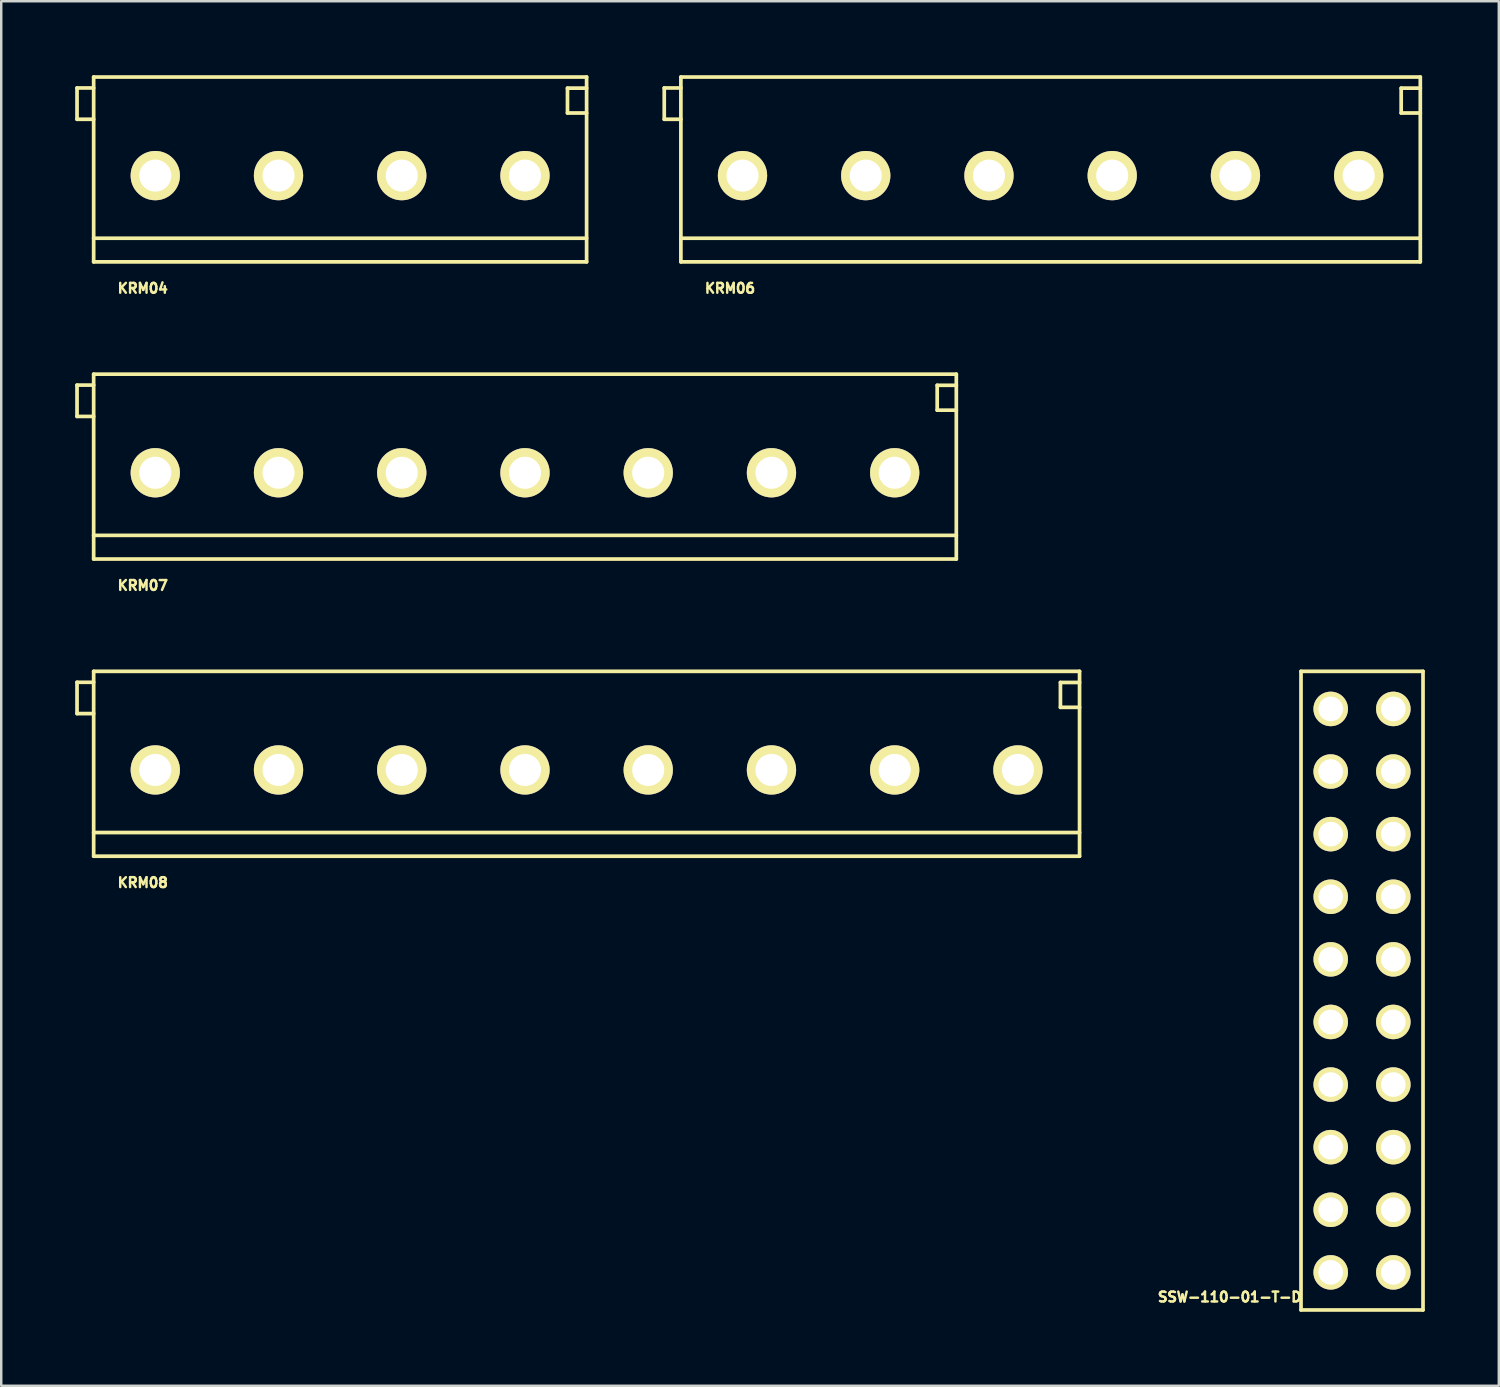
<source format=kicad_pcb>
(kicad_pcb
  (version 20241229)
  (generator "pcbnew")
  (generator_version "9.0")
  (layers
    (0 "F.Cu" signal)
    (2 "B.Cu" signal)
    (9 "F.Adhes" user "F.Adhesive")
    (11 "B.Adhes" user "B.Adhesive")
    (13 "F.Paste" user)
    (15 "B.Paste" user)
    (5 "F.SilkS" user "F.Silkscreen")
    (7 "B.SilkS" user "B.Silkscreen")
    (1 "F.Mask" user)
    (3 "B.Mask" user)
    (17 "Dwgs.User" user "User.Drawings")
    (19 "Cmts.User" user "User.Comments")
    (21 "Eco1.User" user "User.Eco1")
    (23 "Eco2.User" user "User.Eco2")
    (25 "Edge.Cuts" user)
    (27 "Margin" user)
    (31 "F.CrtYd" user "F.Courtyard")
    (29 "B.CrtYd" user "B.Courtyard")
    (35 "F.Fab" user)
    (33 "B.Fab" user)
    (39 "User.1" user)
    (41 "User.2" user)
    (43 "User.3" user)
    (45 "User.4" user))
  (footprint "KRM07"
    (layer "F.Cu")
    (at 3.25 16.131)
    (property "Reference" "KRM07" (at -0.508 4.572 0) (layer "F.SilkS") (effects (font (size 0.4 0.4) (thickness 0.1))))
    (attr through_hole)
    (fp_line (start -3.175 -3.556) (end -2.5 -3.556) (stroke (width 0.15) (type solid)) (layer "F.SilkS"))
    (fp_line (start -3.175 -2.286) (end -3.175 -3.556) (stroke (width 0.15) (type solid)) (layer "F.SilkS"))
    (fp_line (start -3.175 -2.286) (end -2.5 -2.286) (stroke (width 0.15) (type solid)) (layer "F.SilkS"))
    (fp_line (start -2.5 -4) (end -2.5 3.5) (stroke (width 0.15) (type solid)) (layer "F.SilkS"))
    (fp_line (start -2.5 -4) (end 32.5 -4) (stroke (width 0.15) (type solid)) (layer "F.SilkS"))
    (fp_line (start -2.5 2.54) (end 32.5 2.54) (stroke (width 0.15) (type solid)) (layer "F.SilkS"))
    (fp_line (start -2.5 3.5) (end 32.5 3.5) (stroke (width 0.15) (type solid)) (layer "F.SilkS"))
    (fp_line (start 31.724 -3.549) (end 31.724 -2.54) (stroke (width 0.15) (type solid)) (layer "F.SilkS"))
    (fp_line (start 31.724 -3.549) (end 32.5 -3.549) (stroke (width 0.15) (type solid)) (layer "F.SilkS"))
    (fp_line (start 31.724 -2.54) (end 32.5 -2.54) (stroke (width 0.15) (type solid)) (layer "F.SilkS"))
    (fp_line (start 32.5 -4) (end 32.5 3.5) (stroke (width 0.15) (type solid)) (layer "F.SilkS"))
    (pad "1" thru_hole circle (at 0 0) (size 2 2) (drill 1.3) (layers "*.Cu" "*.Mask" "F.SilkS"))
    (pad "2" thru_hole circle (at 5 0) (size 2 2) (drill 1.3) (layers "*.Cu" "*.Mask" "F.SilkS"))
    (pad "3" thru_hole circle (at 10 0) (size 2 2) (drill 1.3) (layers "*.Cu" "*.Mask" "F.SilkS"))
    (pad "4" thru_hole circle (at 15 0) (size 2 2) (drill 1.3) (layers "*.Cu" "*.Mask" "F.SilkS"))
    (pad "5" thru_hole circle (at 20 0) (size 2 2) (drill 1.3) (layers "*.Cu" "*.Mask" "F.SilkS"))
    (pad "6" thru_hole circle (at 25 0) (size 2 2) (drill 1.3) (layers "*.Cu" "*.Mask" "F.SilkS"))
    (pad "7" thru_hole circle (at 30 0) (size 2 2) (drill 1.3) (layers "*.Cu" "*.Mask" "F.SilkS")))
  (footprint "KRM04"
    (layer "F.Cu")
    (at 3.25 4.075)
    (property "Reference" "KRM04" (at -0.508 4.572 0) (layer "F.SilkS") (effects (font (size 0.4 0.4) (thickness 0.1))))
    (attr through_hole)
    (fp_line (start -3.175 -3.556) (end -2.5 -3.556) (stroke (width 0.15) (type solid)) (layer "F.SilkS"))
    (fp_line (start -3.175 -2.286) (end -3.175 -3.556) (stroke (width 0.15) (type solid)) (layer "F.SilkS"))
    (fp_line (start -3.175 -2.286) (end -2.5 -2.286) (stroke (width 0.15) (type solid)) (layer "F.SilkS"))
    (fp_line (start -2.5 -4) (end -2.5 3.5) (stroke (width 0.15) (type solid)) (layer "F.SilkS"))
    (fp_line (start -2.5 -4) (end 17.5 -4) (stroke (width 0.15) (type solid)) (layer "F.SilkS"))
    (fp_line (start -2.5 2.54) (end 17.5 2.54) (stroke (width 0.15) (type solid)) (layer "F.SilkS"))
    (fp_line (start -2.5 3.5) (end 17.5 3.5) (stroke (width 0.15) (type solid)) (layer "F.SilkS"))
    (fp_line (start 16.724 -3.549) (end 16.724 -2.54) (stroke (width 0.15) (type solid)) (layer "F.SilkS"))
    (fp_line (start 16.724 -3.549) (end 17.5 -3.549) (stroke (width 0.15) (type solid)) (layer "F.SilkS"))
    (fp_line (start 16.724 -2.54) (end 17.5 -2.54) (stroke (width 0.15) (type solid)) (layer "F.SilkS"))
    (fp_line (start 17.5 -4) (end 17.5 3.5) (stroke (width 0.15) (type solid)) (layer "F.SilkS"))
    (pad "1" thru_hole circle (at 0 0) (size 2 2) (drill 1.3) (layers "*.Cu" "*.Mask" "F.SilkS"))
    (pad "2" thru_hole circle (at 5 0) (size 2 2) (drill 1.3) (layers "*.Cu" "*.Mask" "F.SilkS"))
    (pad "3" thru_hole circle (at 10 0) (size 2 2) (drill 1.3) (layers "*.Cu" "*.Mask" "F.SilkS"))
    (pad "4" thru_hole circle (at 15 0) (size 2 2) (drill 1.3) (layers "*.Cu" "*.Mask" "F.SilkS")))
  (footprint "KRM06"
    (layer "F.Cu")
    (at 27.075 4.075)
    (property "Reference" "KRM06" (at -0.508 4.572 0) (layer "F.SilkS") (effects (font (size 0.4 0.4) (thickness 0.1))))
    (attr through_hole)
    (fp_line (start -3.175 -3.556) (end -2.5 -3.556) (stroke (width 0.15) (type solid)) (layer "F.SilkS"))
    (fp_line (start -3.175 -2.286) (end -3.175 -3.556) (stroke (width 0.15) (type solid)) (layer "F.SilkS"))
    (fp_line (start -3.175 -2.286) (end -2.5 -2.286) (stroke (width 0.15) (type solid)) (layer "F.SilkS"))
    (fp_line (start -2.5 -4) (end -2.5 3.5) (stroke (width 0.15) (type solid)) (layer "F.SilkS"))
    (fp_line (start -2.5 -4) (end 27.5 -4) (stroke (width 0.15) (type solid)) (layer "F.SilkS"))
    (fp_line (start -2.5 2.54) (end 27.5 2.54) (stroke (width 0.15) (type solid)) (layer "F.SilkS"))
    (fp_line (start -2.5 3.5) (end 27.5 3.5) (stroke (width 0.15) (type solid)) (layer "F.SilkS"))
    (fp_line (start 26.724 -3.549) (end 26.724 -2.54) (stroke (width 0.15) (type solid)) (layer "F.SilkS"))
    (fp_line (start 26.724 -3.549) (end 27.5 -3.549) (stroke (width 0.15) (type solid)) (layer "F.SilkS"))
    (fp_line (start 26.724 -2.54) (end 27.5 -2.54) (stroke (width 0.15) (type solid)) (layer "F.SilkS"))
    (fp_line (start 27.5 -4) (end 27.5 3.5) (stroke (width 0.15) (type solid)) (layer "F.SilkS"))
    (pad "1" thru_hole circle (at 0 0) (size 2 2) (drill 1.3) (layers "*.Cu" "*.Mask" "F.SilkS"))
    (pad "2" thru_hole circle (at 5 0) (size 2 2) (drill 1.3) (layers "*.Cu" "*.Mask" "F.SilkS"))
    (pad "3" thru_hole circle (at 10 0) (size 2 2) (drill 1.3) (layers "*.Cu" "*.Mask" "F.SilkS"))
    (pad "4" thru_hole circle (at 15 0) (size 2 2) (drill 1.3) (layers "*.Cu" "*.Mask" "F.SilkS"))
    (pad "5" thru_hole circle (at 20 0) (size 2 2) (drill 1.3) (layers "*.Cu" "*.Mask" "F.SilkS"))
    (pad "6" thru_hole circle (at 25 0) (size 2 2) (drill 1.3) (layers "*.Cu" "*.Mask" "F.SilkS")))
  (footprint "SSW-110-01-T-D"
    (layer "F.Cu")
    (at 50.94 48.573)
    (property "Reference" "SSW-110-01-T-D" (at -4.1 1 0) (layer "F.SilkS") (effects (font (size 0.4 0.4) (thickness 0.1))))
    (attr through_hole)
    (fp_line (start -1.205 -24.385) (end 3.745 -24.385) (stroke (width 0.15) (type solid)) (layer "F.SilkS"))
    (fp_line (start -1.205 1.525) (end -1.205 -24.385) (stroke (width 0.15) (type solid)) (layer "F.SilkS"))
    (fp_line (start -1.205 1.525) (end 3.745 1.525) (stroke (width 0.15) (type solid)) (layer "F.SilkS"))
    (fp_line (start 3.745 1.525) (end 3.745 -24.385) (stroke (width 0.15) (type solid)) (layer "F.SilkS"))
    (pad "1" thru_hole circle (at 0 0) (size 1.4 1.4) (drill 1) (layers "*.Cu" "*.Mask" "F.SilkS"))
    (pad "2" thru_hole circle (at 2.54 0) (size 1.4 1.4) (drill 1) (layers "*.Cu" "*.Mask" "F.SilkS"))
    (pad "3" thru_hole circle (at 0 -2.54) (size 1.4 1.4) (drill 1) (layers "*.Cu" "*.Mask" "F.SilkS"))
    (pad "4" thru_hole circle (at 2.54 -2.54) (size 1.4 1.4) (drill 1) (layers "*.Cu" "*.Mask" "F.SilkS"))
    (pad "5" thru_hole circle (at 0 -5.08) (size 1.4 1.4) (drill 1) (layers "*.Cu" "*.Mask" "F.SilkS"))
    (pad "6" thru_hole circle (at 2.54 -5.08) (size 1.4 1.4) (drill 1) (layers "*.Cu" "*.Mask" "F.SilkS"))
    (pad "7" thru_hole circle (at 0 -7.62) (size 1.4 1.4) (drill 1) (layers "*.Cu" "*.Mask" "F.SilkS"))
    (pad "8" thru_hole circle (at 2.54 -7.62) (size 1.4 1.4) (drill 1) (layers "*.Cu" "*.Mask" "F.SilkS"))
    (pad "9" thru_hole circle (at 0 -10.16) (size 1.4 1.4) (drill 1) (layers "*.Cu" "*.Mask" "F.SilkS"))
    (pad "10" thru_hole circle (at 2.54 -10.16) (size 1.4 1.4) (drill 1) (layers "*.Cu" "*.Mask" "F.SilkS"))
    (pad "11" thru_hole circle (at 0 -12.7) (size 1.4 1.4) (drill 1) (layers "*.Cu" "*.Mask" "F.SilkS"))
    (pad "12" thru_hole circle (at 2.54 -12.7) (size 1.4 1.4) (drill 1) (layers "*.Cu" "*.Mask" "F.SilkS"))
    (pad "13" thru_hole circle (at 0 -15.24) (size 1.4 1.4) (drill 1) (layers "*.Cu" "*.Mask" "F.SilkS"))
    (pad "14" thru_hole circle (at 2.54 -15.24) (size 1.4 1.4) (drill 1) (layers "*.Cu" "*.Mask" "F.SilkS"))
    (pad "15" thru_hole circle (at 0 -17.78) (size 1.4 1.4) (drill 1) (layers "*.Cu" "*.Mask" "F.SilkS"))
    (pad "16" thru_hole circle (at 2.54 -17.78) (size 1.4 1.4) (drill 1) (layers "*.Cu" "*.Mask" "F.SilkS"))
    (pad "17" thru_hole circle (at 0 -20.32) (size 1.4 1.4) (drill 1) (layers "*.Cu" "*.Mask" "F.SilkS"))
    (pad "18" thru_hole circle (at 2.54 -20.32) (size 1.4 1.4) (drill 1) (layers "*.Cu" "*.Mask" "F.SilkS"))
    (pad "19" thru_hole circle (at 0 -22.86) (size 1.4 1.4) (drill 1) (layers "*.Cu" "*.Mask" "F.SilkS"))
    (pad "20" thru_hole circle (at 2.54 -22.86) (size 1.4 1.4) (drill 1) (layers "*.Cu" "*.Mask" "F.SilkS")))
  (footprint "KRM08"
    (layer "F.Cu")
    (at 3.25 28.188)
    (property "Reference" "KRM08" (at -0.508 4.572 0) (layer "F.SilkS") (effects (font (size 0.4 0.4) (thickness 0.1))))
    (attr through_hole)
    (fp_line (start -3.175 -3.556) (end -2.5 -3.556) (stroke (width 0.15) (type solid)) (layer "F.SilkS"))
    (fp_line (start -3.175 -2.286) (end -3.175 -3.556) (stroke (width 0.15) (type solid)) (layer "F.SilkS"))
    (fp_line (start -3.175 -2.286) (end -2.5 -2.286) (stroke (width 0.15) (type solid)) (layer "F.SilkS"))
    (fp_line (start -2.5 -4) (end -2.5 3.5) (stroke (width 0.15) (type solid)) (layer "F.SilkS"))
    (fp_line (start -2.5 -4) (end 37.5 -4) (stroke (width 0.15) (type solid)) (layer "F.SilkS"))
    (fp_line (start -2.5 2.54) (end 37.5 2.54) (stroke (width 0.15) (type solid)) (layer "F.SilkS"))
    (fp_line (start -2.5 3.5) (end 37.5 3.5) (stroke (width 0.15) (type solid)) (layer "F.SilkS"))
    (fp_line (start 36.724 -3.549) (end 36.724 -2.54) (stroke (width 0.15) (type solid)) (layer "F.SilkS"))
    (fp_line (start 36.724 -3.549) (end 37.5 -3.549) (stroke (width 0.15) (type solid)) (layer "F.SilkS"))
    (fp_line (start 36.724 -2.54) (end 37.5 -2.54) (stroke (width 0.15) (type solid)) (layer "F.SilkS"))
    (fp_line (start 37.5 -4) (end 37.5 3.5) (stroke (width 0.15) (type solid)) (layer "F.SilkS"))
    (pad "1" thru_hole circle (at 0 0) (size 2 2) (drill 1.3) (layers "*.Cu" "*.Mask" "F.SilkS"))
    (pad "2" thru_hole circle (at 5 0) (size 2 2) (drill 1.3) (layers "*.Cu" "*.Mask" "F.SilkS"))
    (pad "3" thru_hole circle (at 10 0) (size 2 2) (drill 1.3) (layers "*.Cu" "*.Mask" "F.SilkS"))
    (pad "4" thru_hole circle (at 15 0) (size 2 2) (drill 1.3) (layers "*.Cu" "*.Mask" "F.SilkS"))
    (pad "5" thru_hole circle (at 20 0) (size 2 2) (drill 1.3) (layers "*.Cu" "*.Mask" "F.SilkS"))
    (pad "6" thru_hole circle (at 25 0) (size 2 2) (drill 1.3) (layers "*.Cu" "*.Mask" "F.SilkS"))
    (pad "7" thru_hole circle (at 30 0) (size 2 2) (drill 1.3) (layers "*.Cu" "*.Mask" "F.SilkS"))
    (pad "8" thru_hole circle (at 35 0) (size 2 2) (drill 1.3) (layers "*.Cu" "*.Mask" "F.SilkS")))
  (gr_rect
    (start -3 -3)
    (end 57.76 53.173)
    (stroke (width 0.1) (type default))
    (fill no)
    (layer "Edge.Cuts")))
</source>
